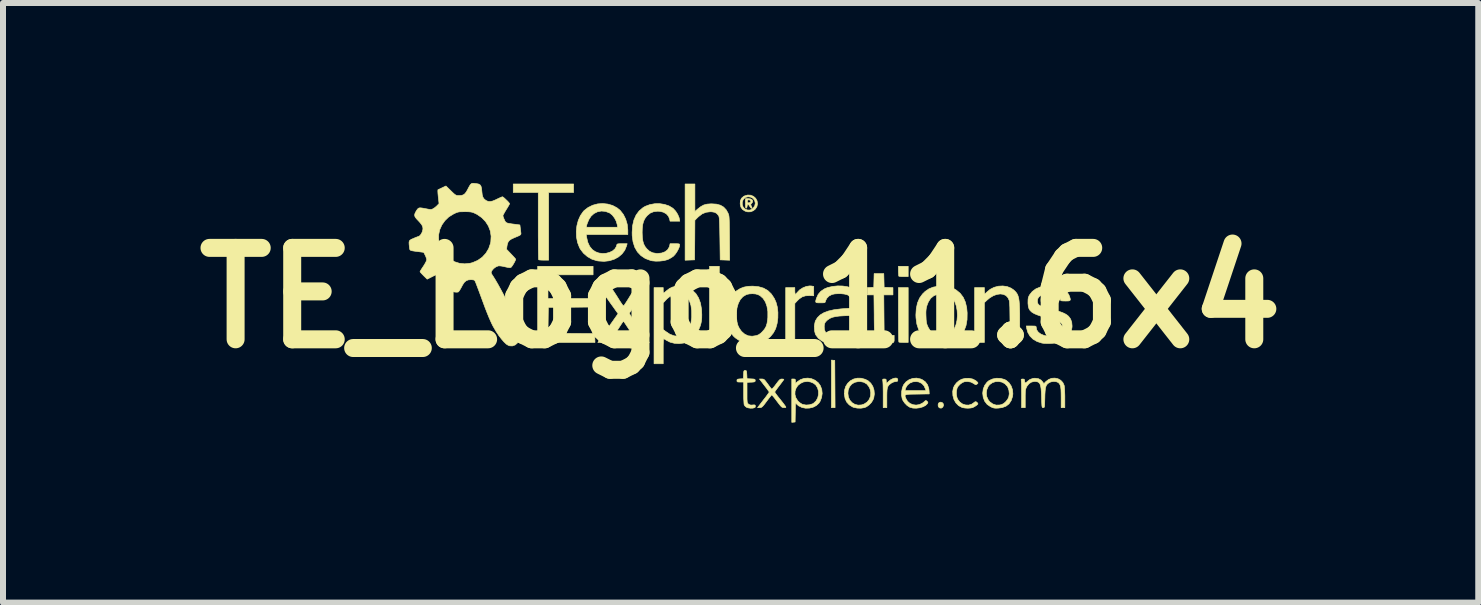
<source format=kicad_pcb>
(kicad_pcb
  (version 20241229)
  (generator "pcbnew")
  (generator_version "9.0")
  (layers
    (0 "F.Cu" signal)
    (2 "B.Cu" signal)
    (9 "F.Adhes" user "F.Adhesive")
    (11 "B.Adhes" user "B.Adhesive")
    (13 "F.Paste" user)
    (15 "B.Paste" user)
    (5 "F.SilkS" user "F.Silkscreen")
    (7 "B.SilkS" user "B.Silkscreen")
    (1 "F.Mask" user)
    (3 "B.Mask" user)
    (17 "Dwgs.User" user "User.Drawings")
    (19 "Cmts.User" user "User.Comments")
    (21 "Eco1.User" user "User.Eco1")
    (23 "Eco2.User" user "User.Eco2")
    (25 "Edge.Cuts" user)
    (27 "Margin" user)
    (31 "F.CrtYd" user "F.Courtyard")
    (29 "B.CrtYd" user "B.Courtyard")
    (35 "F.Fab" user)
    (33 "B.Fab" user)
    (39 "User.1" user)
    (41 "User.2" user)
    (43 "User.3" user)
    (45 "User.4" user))
  (footprint "TE_Logo_11.6x4"
    (layer "F.Cu")
    (at 9.296 1.917)
    (property "Reference" "TE_Logo_11.6x4" (at 0 0 0) (layer "F.SilkS") (effects (font (size 1.524 1.524) (thickness 0.3))))
    (attr through_hole)
    (fp_poly (pts (xy 1.57 1.041) (xy 1.575 1.829) (xy 1.514 1.829) (xy 1.514 1.035) (xy 1.57 1.041)) (stroke (width 0.01) (type solid)) (fill yes) (layer "F.SilkS"))
    (fp_poly (pts (xy -0.358 0.104) (xy -0.361 0.737) (xy -0.518 0.743) (xy -0.518 -0.528) (xy -0.355 -0.528) (xy -0.358 0.104)) (stroke (width 0.01) (type solid)) (fill yes) (layer "F.SilkS"))
    (fp_poly (pts (xy 2.794 -0.356) (xy 2.719 -0.356) (xy 2.682 -0.356) (xy 2.654 -0.359) (xy 2.639 -0.362) (xy 2.638 -0.362) (xy 2.635 -0.375) (xy 2.633 -0.403) (xy 2.631 -0.44) (xy 2.631 -0.449) (xy 2.631 -0.528) (xy 2.794 -0.528) (xy 2.794 -0.356)) (stroke (width 0.01) (type solid)) (fill yes) (layer "F.SilkS"))
    (fp_poly (pts (xy -2.459 -0.386) (xy -3.211 -0.386) (xy -3.211 0.01) (xy -2.51 0.01) (xy -2.51 0.152) (xy -2.857 0.155) (xy -3.205 0.157) (xy -3.211 0.589) (xy -2.433 0.594) (xy -2.427 0.742) (xy -3.383 0.742) (xy -3.383 -0.528) (xy -2.459 -0.528) (xy -2.459 -0.386)) (stroke (width 0.01) (type solid)) (fill yes) (layer "F.SilkS"))
    (fp_poly (pts (xy 3.364 1.746) (xy 3.38 1.766) (xy 3.383 1.792) (xy 3.371 1.819) (xy 3.367 1.823) (xy 3.345 1.837) (xy 3.321 1.834) (xy 3.31 1.828) (xy 3.296 1.81) (xy 3.292 1.783) (xy 3.298 1.758) (xy 3.304 1.75) (xy 3.324 1.739) (xy 3.338 1.737) (xy 3.364 1.746)) (stroke (width 0.01) (type solid)) (fill yes) (layer "F.SilkS"))
    (fp_poly (pts (xy 2.794 0.742) (xy 2.719 0.742) (xy 2.682 0.741) (xy 2.654 0.739) (xy 2.639 0.735) (xy 2.638 0.735) (xy 2.637 0.724) (xy 2.635 0.694) (xy 2.634 0.649) (xy 2.633 0.589) (xy 2.632 0.517) (xy 2.632 0.435) (xy 2.632 0.346) (xy 2.631 0.278) (xy 2.631 -0.173) (xy 2.794 -0.173) (xy 2.794 0.742)) (stroke (width 0.01) (type solid)) (fill yes) (layer "F.SilkS"))
    (fp_poly (pts (xy -2.784 -1.758) (xy -3.2 -1.758) (xy -3.2 -0.63) (xy -3.28 -0.63) (xy -3.318 -0.631) (xy -3.349 -0.633) (xy -3.365 -0.636) (xy -3.366 -0.637) (xy -3.368 -0.648) (xy -3.369 -0.677) (xy -3.37 -0.724) (xy -3.371 -0.785) (xy -3.372 -0.858) (xy -3.372 -0.943) (xy -3.373 -1.037) (xy -3.373 -1.138) (xy -3.373 -1.201) (xy -3.373 -1.758) (xy -3.79 -1.758) (xy -3.79 -1.9) (xy -2.784 -1.9) (xy -2.784 -1.758)) (stroke (width 0.01) (type solid)) (fill yes) (layer "F.SilkS"))
    (fp_poly (pts (xy 1.184 -0.199) (xy 1.219 -0.192) (xy 1.219 -0.114) (xy 1.219 -0.036) (xy 1.148 -0.039) (xy 1.083 -0.036) (xy 1.028 -0.019) (xy 0.978 0.015) (xy 0.946 0.046) (xy 0.904 0.091) (xy 0.904 0.742) (xy 0.752 0.742) (xy 0.752 -0.173) (xy 0.904 -0.173) (xy 0.904 -0.117) (xy 0.906 -0.086) (xy 0.909 -0.066) (xy 0.912 -0.061) (xy 0.923 -0.068) (xy 0.94 -0.087) (xy 0.944 -0.092) (xy 0.985 -0.135) (xy 1.038 -0.169) (xy 1.095 -0.192) (xy 1.152 -0.201) (xy 1.184 -0.199)) (stroke (width 0.01) (type solid)) (fill yes) (layer "F.SilkS"))
    (fp_poly (pts (xy 0.165 -1.651) (xy 0.191 -1.637) (xy 0.202 -1.617) (xy 0.197 -1.593) (xy 0.184 -1.578) (xy 0.171 -1.564) (xy 0.171 -1.55) (xy 0.178 -1.533) (xy 0.19 -1.508) (xy 0.192 -1.497) (xy 0.184 -1.494) (xy 0.183 -1.494) (xy 0.171 -1.502) (xy 0.156 -1.521) (xy 0.151 -1.529) (xy 0.133 -1.555) (xy 0.121 -1.563) (xy 0.113 -1.551) (xy 0.11 -1.532) (xy 0.104 -1.509) (xy 0.094 -1.496) (xy 0.094 -1.496) (xy 0.087 -1.499) (xy 0.083 -1.517) (xy 0.081 -1.55) (xy 0.081 -1.574) (xy 0.081 -1.61) (xy 0.112 -1.61) (xy 0.119 -1.59) (xy 0.137 -1.585) (xy 0.162 -1.594) (xy 0.171 -1.609) (xy 0.166 -1.624) (xy 0.148 -1.634) (xy 0.137 -1.636) (xy 0.118 -1.632) (xy 0.112 -1.616) (xy 0.112 -1.61) (xy 0.081 -1.61) (xy 0.081 -1.656) (xy 0.126 -1.656) (xy 0.165 -1.651)) (stroke (width 0.01) (type solid)) (fill yes) (layer "F.SilkS"))
    (fp_poly (pts (xy 0.169 -1.713) (xy 0.215 -1.694) (xy 0.252 -1.661) (xy 0.275 -1.618) (xy 0.282 -1.569) (xy 0.272 -1.523) (xy 0.248 -1.484) (xy 0.213 -1.455) (xy 0.169 -1.437) (xy 0.121 -1.435) (xy 0.076 -1.447) (xy 0.032 -1.475) (xy 0.005 -1.514) (xy -0.005 -1.557) (xy 0.028 -1.557) (xy 0.041 -1.518) (xy 0.068 -1.487) (xy 0.074 -1.483) (xy 0.119 -1.465) (xy 0.16 -1.466) (xy 0.199 -1.488) (xy 0.209 -1.498) (xy 0.236 -1.537) (xy 0.245 -1.581) (xy 0.234 -1.626) (xy 0.232 -1.629) (xy 0.206 -1.661) (xy 0.168 -1.681) (xy 0.126 -1.687) (xy 0.085 -1.677) (xy 0.072 -1.67) (xy 0.043 -1.639) (xy 0.028 -1.599) (xy 0.028 -1.557) (xy -0.005 -1.557) (xy -0.007 -1.566) (xy -0.007 -1.567) (xy -0.004 -1.621) (xy 0.016 -1.663) (xy 0.052 -1.694) (xy 0.066 -1.701) (xy 0.118 -1.716) (xy 0.169 -1.713)) (stroke (width 0.01) (type solid)) (fill yes) (layer "F.SilkS"))
    (fp_poly (pts (xy 2.604 1.337) (xy 2.605 1.337) (xy 2.618 1.351) (xy 2.621 1.368) (xy 2.617 1.386) (xy 2.602 1.392) (xy 2.593 1.392) (xy 2.553 1.4) (xy 2.512 1.42) (xy 2.476 1.448) (xy 2.457 1.473) (xy 2.45 1.49) (xy 2.445 1.51) (xy 2.441 1.538) (xy 2.439 1.577) (xy 2.438 1.63) (xy 2.438 1.669) (xy 2.438 1.829) (xy 2.377 1.829) (xy 2.377 1.628) (xy 2.377 1.564) (xy 2.376 1.504) (xy 2.375 1.452) (xy 2.373 1.413) (xy 2.371 1.39) (xy 2.371 1.389) (xy 2.368 1.365) (xy 2.372 1.354) (xy 2.389 1.351) (xy 2.396 1.351) (xy 2.418 1.353) (xy 2.427 1.363) (xy 2.428 1.387) (xy 2.428 1.387) (xy 2.429 1.41) (xy 2.432 1.422) (xy 2.432 1.422) (xy 2.441 1.416) (xy 2.459 1.399) (xy 2.471 1.388) (xy 2.503 1.363) (xy 2.54 1.345) (xy 2.576 1.335) (xy 2.604 1.337)) (stroke (width 0.01) (type solid)) (fill yes) (layer "F.SilkS"))
    (fp_poly (pts (xy 2.393 -0.178) (xy 2.54 -0.172) (xy 2.54 -0.051) (xy 2.387 -0.051) (xy 2.39 0.265) (xy 2.393 0.581) (xy 2.422 0.607) (xy 2.444 0.622) (xy 2.465 0.628) (xy 2.496 0.628) (xy 2.506 0.628) (xy 2.56 0.623) (xy 2.56 0.681) (xy 2.56 0.712) (xy 2.555 0.732) (xy 2.544 0.744) (xy 2.521 0.75) (xy 2.485 0.752) (xy 2.445 0.752) (xy 2.394 0.75) (xy 2.357 0.744) (xy 2.325 0.734) (xy 2.32 0.731) (xy 2.285 0.707) (xy 2.259 0.673) (xy 2.253 0.662) (xy 2.247 0.648) (xy 2.242 0.635) (xy 2.238 0.619) (xy 2.235 0.598) (xy 2.232 0.57) (xy 2.231 0.532) (xy 2.229 0.483) (xy 2.228 0.419) (xy 2.227 0.339) (xy 2.227 0.282) (xy 2.223 -0.051) (xy 2.113 -0.051) (xy 2.113 -0.172) (xy 2.167 -0.175) (xy 2.22 -0.178) (xy 2.223 -0.292) (xy 2.226 -0.406) (xy 2.387 -0.406) (xy 2.393 -0.178)) (stroke (width 0.01) (type solid)) (fill yes) (layer "F.SilkS"))
    (fp_poly (pts (xy 4.443 -0.19) (xy 4.508 -0.164) (xy 4.552 -0.134) (xy 4.576 -0.112) (xy 4.596 -0.089) (xy 4.613 -0.063) (xy 4.626 -0.032) (xy 4.636 0.005) (xy 4.643 0.052) (xy 4.648 0.11) (xy 4.651 0.182) (xy 4.653 0.269) (xy 4.653 0.373) (xy 4.653 0.412) (xy 4.653 0.742) (xy 4.491 0.742) (xy 4.491 0.416) (xy 4.49 0.317) (xy 4.489 0.23) (xy 4.488 0.158) (xy 4.485 0.102) (xy 4.482 0.063) (xy 4.48 0.046) (xy 4.458 -0.003) (xy 4.425 -0.039) (xy 4.381 -0.06) (xy 4.33 -0.067) (xy 4.273 -0.059) (xy 4.214 -0.038) (xy 4.154 -0.002) (xy 4.112 0.033) (xy 4.064 0.078) (xy 4.064 0.742) (xy 3.901 0.742) (xy 3.901 -0.173) (xy 4.064 -0.173) (xy 4.064 -0.122) (xy 4.066 -0.093) (xy 4.069 -0.075) (xy 4.072 -0.071) (xy 4.084 -0.078) (xy 4.102 -0.095) (xy 4.105 -0.098) (xy 4.161 -0.144) (xy 4.226 -0.177) (xy 4.298 -0.196) (xy 4.371 -0.2) (xy 4.443 -0.19)) (stroke (width 0.01) (type solid)) (fill yes) (layer "F.SilkS"))
    (fp_poly (pts (xy -0.762 -1.441) (xy -0.716 -1.482) (xy -0.663 -1.523) (xy -0.613 -1.55) (xy -0.56 -1.564) (xy -0.495 -1.569) (xy -0.483 -1.569) (xy -0.402 -1.564) (xy -0.336 -1.546) (xy -0.283 -1.515) (xy -0.24 -1.469) (xy -0.211 -1.417) (xy -0.205 -1.403) (xy -0.2 -1.39) (xy -0.196 -1.374) (xy -0.193 -1.354) (xy -0.191 -1.327) (xy -0.189 -1.291) (xy -0.188 -1.244) (xy -0.187 -1.185) (xy -0.186 -1.109) (xy -0.185 -1.016) (xy -0.185 -0.998) (xy -0.182 -0.629) (xy -0.261 -0.632) (xy -0.34 -0.635) (xy -0.345 -0.991) (xy -0.347 -1.087) (xy -0.348 -1.164) (xy -0.35 -1.226) (xy -0.352 -1.273) (xy -0.354 -1.309) (xy -0.356 -1.334) (xy -0.36 -1.352) (xy -0.363 -1.365) (xy -0.368 -1.374) (xy -0.368 -1.374) (xy -0.397 -1.408) (xy -0.432 -1.428) (xy -0.478 -1.436) (xy -0.508 -1.437) (xy -0.577 -1.428) (xy -0.641 -1.402) (xy -0.701 -1.356) (xy -0.719 -1.339) (xy -0.762 -1.295) (xy -0.764 -0.965) (xy -0.767 -0.635) (xy -0.925 -0.629) (xy -0.925 -1.9) (xy -0.762 -1.9) (xy -0.762 -1.441)) (stroke (width 0.01) (type solid)) (fill yes) (layer "F.SilkS"))
    (fp_poly (pts (xy 2.011 1.338) (xy 2.077 1.356) (xy 2.125 1.38) (xy 2.17 1.421) (xy 2.204 1.474) (xy 2.224 1.535) (xy 2.23 1.601) (xy 2.22 1.665) (xy 2.208 1.697) (xy 2.181 1.742) (xy 2.142 1.783) (xy 2.099 1.814) (xy 2.066 1.828) (xy 2.006 1.838) (xy 1.943 1.836) (xy 1.886 1.824) (xy 1.869 1.818) (xy 1.811 1.782) (xy 1.769 1.736) (xy 1.742 1.678) (xy 1.73 1.608) (xy 1.73 1.59) (xy 1.789 1.59) (xy 1.797 1.652) (xy 1.822 1.705) (xy 1.859 1.746) (xy 1.905 1.774) (xy 1.959 1.787) (xy 2.017 1.783) (xy 2.058 1.769) (xy 2.109 1.736) (xy 2.145 1.691) (xy 2.166 1.637) (xy 2.17 1.579) (xy 2.158 1.518) (xy 2.138 1.477) (xy 2.102 1.433) (xy 2.053 1.405) (xy 1.993 1.393) (xy 1.961 1.394) (xy 1.901 1.407) (xy 1.852 1.437) (xy 1.816 1.48) (xy 1.794 1.536) (xy 1.789 1.59) (xy 1.73 1.59) (xy 1.733 1.537) (xy 1.752 1.475) (xy 1.786 1.422) (xy 1.831 1.38) (xy 1.886 1.351) (xy 1.947 1.337) (xy 2.011 1.338)) (stroke (width 0.01) (type solid)) (fill yes) (layer "F.SilkS"))
    (fp_poly (pts (xy 3.87 1.352) (xy 3.92 1.378) (xy 3.945 1.4) (xy 3.957 1.416) (xy 3.954 1.426) (xy 3.941 1.436) (xy 3.926 1.445) (xy 3.912 1.444) (xy 3.892 1.431) (xy 3.885 1.426) (xy 3.838 1.402) (xy 3.782 1.393) (xy 3.734 1.396) (xy 3.696 1.411) (xy 3.657 1.44) (xy 3.625 1.475) (xy 3.61 1.501) (xy 3.599 1.548) (xy 3.597 1.603) (xy 3.606 1.656) (xy 3.62 1.691) (xy 3.655 1.736) (xy 3.7 1.768) (xy 3.751 1.784) (xy 3.802 1.786) (xy 3.852 1.771) (xy 3.88 1.752) (xy 3.905 1.733) (xy 3.922 1.729) (xy 3.938 1.738) (xy 3.946 1.747) (xy 3.956 1.76) (xy 3.955 1.77) (xy 3.94 1.784) (xy 3.93 1.792) (xy 3.901 1.811) (xy 3.872 1.826) (xy 3.868 1.828) (xy 3.833 1.835) (xy 3.788 1.838) (xy 3.741 1.835) (xy 3.7 1.828) (xy 3.691 1.825) (xy 3.634 1.795) (xy 3.589 1.749) (xy 3.557 1.693) (xy 3.539 1.628) (xy 3.536 1.558) (xy 3.547 1.5) (xy 3.567 1.458) (xy 3.6 1.415) (xy 3.642 1.379) (xy 3.686 1.355) (xy 3.747 1.34) (xy 3.81 1.339) (xy 3.87 1.352)) (stroke (width 0.01) (type solid)) (fill yes) (layer "F.SilkS"))
    (fp_poly (pts (xy 4.333 1.341) (xy 4.397 1.358) (xy 4.427 1.373) (xy 4.475 1.414) (xy 4.511 1.468) (xy 4.533 1.531) (xy 4.539 1.598) (xy 4.533 1.644) (xy 4.51 1.712) (xy 4.474 1.766) (xy 4.423 1.805) (xy 4.359 1.828) (xy 4.299 1.836) (xy 4.256 1.838) (xy 4.225 1.835) (xy 4.198 1.827) (xy 4.167 1.813) (xy 4.11 1.774) (xy 4.069 1.721) (xy 4.044 1.656) (xy 4.044 1.655) (xy 4.036 1.587) (xy 4.096 1.587) (xy 4.104 1.646) (xy 4.129 1.7) (xy 4.155 1.732) (xy 4.205 1.768) (xy 4.26 1.786) (xy 4.322 1.784) (xy 4.349 1.778) (xy 4.386 1.76) (xy 4.422 1.728) (xy 4.453 1.688) (xy 4.47 1.652) (xy 4.479 1.598) (xy 4.473 1.54) (xy 4.454 1.486) (xy 4.445 1.472) (xy 4.407 1.431) (xy 4.359 1.404) (xy 4.305 1.393) (xy 4.25 1.395) (xy 4.198 1.412) (xy 4.153 1.444) (xy 4.13 1.471) (xy 4.105 1.527) (xy 4.096 1.587) (xy 4.036 1.587) (xy 4.036 1.586) (xy 4.045 1.518) (xy 4.07 1.456) (xy 4.109 1.404) (xy 4.142 1.377) (xy 4.2 1.351) (xy 4.266 1.338) (xy 4.333 1.341)) (stroke (width 0.01) (type solid)) (fill yes) (layer "F.SilkS"))
    (fp_poly (pts (xy 1.185 1.347) (xy 1.244 1.373) (xy 1.295 1.414) (xy 1.329 1.461) (xy 1.353 1.524) (xy 1.36 1.592) (xy 1.35 1.66) (xy 1.325 1.724) (xy 1.306 1.753) (xy 1.263 1.793) (xy 1.209 1.821) (xy 1.148 1.836) (xy 1.084 1.838) (xy 1.024 1.826) (xy 0.97 1.8) (xy 0.949 1.783) (xy 0.915 1.751) (xy 0.912 1.909) (xy 0.909 2.068) (xy 0.881 2.071) (xy 0.853 2.074) (xy 0.853 1.608) (xy 0.906 1.608) (xy 0.92 1.661) (xy 0.951 1.712) (xy 0.964 1.726) (xy 0.993 1.751) (xy 1.024 1.77) (xy 1.037 1.775) (xy 1.091 1.785) (xy 1.148 1.781) (xy 1.2 1.765) (xy 1.217 1.755) (xy 1.257 1.717) (xy 1.285 1.668) (xy 1.298 1.612) (xy 1.298 1.554) (xy 1.283 1.499) (xy 1.253 1.451) (xy 1.252 1.45) (xy 1.215 1.421) (xy 1.167 1.401) (xy 1.117 1.392) (xy 1.113 1.392) (xy 1.05 1.4) (xy 0.998 1.424) (xy 0.955 1.459) (xy 0.925 1.504) (xy 0.908 1.554) (xy 0.906 1.608) (xy 0.853 1.608) (xy 0.853 1.351) (xy 0.884 1.351) (xy 0.904 1.353) (xy 0.913 1.363) (xy 0.914 1.386) (xy 0.914 1.389) (xy 0.914 1.426) (xy 0.942 1.4) (xy 0.997 1.362) (xy 1.058 1.341) (xy 1.122 1.336) (xy 1.185 1.347)) (stroke (width 0.01) (type solid)) (fill yes) (layer "F.SilkS"))
    (fp_poly (pts (xy 0.089 1.21) (xy 0.097 1.218) (xy 0.101 1.235) (xy 0.103 1.267) (xy 0.104 1.278) (xy 0.107 1.346) (xy 0.175 1.349) (xy 0.212 1.351) (xy 0.232 1.355) (xy 0.241 1.361) (xy 0.244 1.373) (xy 0.244 1.377) (xy 0.242 1.39) (xy 0.235 1.397) (xy 0.218 1.401) (xy 0.186 1.404) (xy 0.175 1.404) (xy 0.107 1.407) (xy 0.107 1.578) (xy 0.107 1.641) (xy 0.107 1.686) (xy 0.109 1.718) (xy 0.111 1.739) (xy 0.116 1.752) (xy 0.122 1.761) (xy 0.131 1.769) (xy 0.132 1.77) (xy 0.156 1.783) (xy 0.184 1.786) (xy 0.199 1.784) (xy 0.227 1.782) (xy 0.241 1.786) (xy 0.247 1.799) (xy 0.244 1.82) (xy 0.233 1.829) (xy 0.204 1.837) (xy 0.165 1.838) (xy 0.125 1.832) (xy 0.099 1.823) (xy 0.075 1.804) (xy 0.06 1.782) (xy 0.057 1.764) (xy 0.055 1.729) (xy 0.052 1.682) (xy 0.051 1.626) (xy 0.051 1.579) (xy 0.051 1.402) (xy -0.005 1.402) (xy -0.037 1.401) (xy -0.054 1.398) (xy -0.06 1.389) (xy -0.061 1.377) (xy -0.059 1.363) (xy -0.05 1.355) (xy -0.029 1.351) (xy -0.008 1.349) (xy 0.046 1.346) (xy 0.049 1.278) (xy 0.051 1.241) (xy 0.054 1.221) (xy 0.061 1.211) (xy 0.072 1.209) (xy 0.076 1.209) (xy 0.089 1.21)) (stroke (width 0.01) (type solid)) (fill yes) (layer "F.SilkS"))
    (fp_poly (pts (xy 2.999 1.35) (xy 3.028 1.362) (xy 3.08 1.399) (xy 3.117 1.449) (xy 3.137 1.51) (xy 3.142 1.546) (xy 3.145 1.6) (xy 2.944 1.603) (xy 2.872 1.604) (xy 2.819 1.605) (xy 2.782 1.608) (xy 2.758 1.613) (xy 2.745 1.62) (xy 2.741 1.631) (xy 2.744 1.647) (xy 2.752 1.668) (xy 2.754 1.673) (xy 2.782 1.722) (xy 2.823 1.758) (xy 2.872 1.779) (xy 2.925 1.786) (xy 2.98 1.778) (xy 3.032 1.753) (xy 3.061 1.73) (xy 3.079 1.713) (xy 3.091 1.71) (xy 3.104 1.718) (xy 3.108 1.722) (xy 3.122 1.737) (xy 3.12 1.752) (xy 3.114 1.762) (xy 3.083 1.792) (xy 3.039 1.815) (xy 2.985 1.831) (xy 2.928 1.838) (xy 2.872 1.836) (xy 2.823 1.822) (xy 2.819 1.821) (xy 2.775 1.792) (xy 2.735 1.751) (xy 2.704 1.705) (xy 2.692 1.674) (xy 2.683 1.619) (xy 2.685 1.557) (xy 2.688 1.544) (xy 2.741 1.544) (xy 3.09 1.544) (xy 3.083 1.521) (xy 3.058 1.465) (xy 3.021 1.425) (xy 2.972 1.401) (xy 2.931 1.394) (xy 2.873 1.398) (xy 2.822 1.419) (xy 2.781 1.453) (xy 2.753 1.499) (xy 2.748 1.516) (xy 2.741 1.544) (xy 2.688 1.544) (xy 2.696 1.499) (xy 2.716 1.451) (xy 2.716 1.45) (xy 2.757 1.399) (xy 2.81 1.362) (xy 2.87 1.341) (xy 2.934 1.336) (xy 2.999 1.35)) (stroke (width 0.01) (type solid)) (fill yes) (layer "F.SilkS"))
    (fp_poly (pts (xy -2.213 -1.565) (xy -2.132 -1.541) (xy -2.058 -1.501) (xy -2.006 -1.458) (xy -1.955 -1.393) (xy -1.916 -1.315) (xy -1.89 -1.227) (xy -1.88 -1.133) (xy -1.88 -1.12) (xy -1.88 -1.057) (xy -2.573 -1.057) (xy -2.567 -1.013) (xy -2.548 -0.929) (xy -2.516 -0.86) (xy -2.472 -0.806) (xy -2.419 -0.77) (xy -2.362 -0.749) (xy -2.302 -0.741) (xy -2.241 -0.745) (xy -2.184 -0.76) (xy -2.134 -0.784) (xy -2.095 -0.818) (xy -2.07 -0.859) (xy -2.066 -0.876) (xy -2.062 -0.89) (xy -2.056 -0.898) (xy -2.042 -0.902) (xy -2.016 -0.904) (xy -1.976 -0.904) (xy -1.891 -0.904) (xy -1.902 -0.866) (xy -1.931 -0.795) (xy -1.977 -0.734) (xy -2.037 -0.683) (xy -2.108 -0.645) (xy -2.188 -0.62) (xy -2.275 -0.61) (xy -2.367 -0.616) (xy -2.395 -0.62) (xy -2.478 -0.646) (xy -2.553 -0.689) (xy -2.619 -0.746) (xy -2.671 -0.814) (xy -2.685 -0.839) (xy -2.718 -0.924) (xy -2.736 -1.016) (xy -2.739 -1.11) (xy -2.732 -1.179) (xy -2.572 -1.179) (xy -2.05 -1.179) (xy -2.056 -1.22) (xy -2.073 -1.279) (xy -2.102 -1.334) (xy -2.139 -1.382) (xy -2.182 -1.416) (xy -2.186 -1.418) (xy -2.253 -1.443) (xy -2.32 -1.449) (xy -2.384 -1.437) (xy -2.443 -1.408) (xy -2.492 -1.364) (xy -2.529 -1.308) (xy -2.545 -1.27) (xy -2.559 -1.235) (xy -2.566 -1.212) (xy -2.572 -1.179) (xy -2.732 -1.179) (xy -2.729 -1.204) (xy -2.706 -1.293) (xy -2.67 -1.373) (xy -2.622 -1.442) (xy -2.608 -1.457) (xy -2.541 -1.509) (xy -2.465 -1.546) (xy -2.383 -1.568) (xy -2.298 -1.574) (xy -2.213 -1.565)) (stroke (width 0.01) (type solid)) (fill yes) (layer "F.SilkS"))
    (fp_poly (pts (xy -1.267 -1.559) (xy -1.193 -1.534) (xy -1.13 -1.496) (xy -1.122 -1.489) (xy -1.083 -1.447) (xy -1.049 -1.394) (xy -1.026 -1.34) (xy -1.021 -1.318) (xy -1.014 -1.28) (xy -1.176 -1.28) (xy -1.182 -1.311) (xy -1.202 -1.362) (xy -1.238 -1.402) (xy -1.288 -1.43) (xy -1.349 -1.444) (xy -1.382 -1.446) (xy -1.449 -1.438) (xy -1.506 -1.415) (xy -1.556 -1.374) (xy -1.566 -1.363) (xy -1.597 -1.321) (xy -1.618 -1.276) (xy -1.632 -1.223) (xy -1.639 -1.158) (xy -1.641 -1.092) (xy -1.638 -1.014) (xy -1.63 -0.952) (xy -1.616 -0.901) (xy -1.593 -0.857) (xy -1.565 -0.821) (xy -1.519 -0.779) (xy -1.465 -0.753) (xy -1.4 -0.742) (xy -1.382 -0.742) (xy -1.316 -0.749) (xy -1.26 -0.77) (xy -1.217 -0.803) (xy -1.19 -0.848) (xy -1.182 -0.873) (xy -1.176 -0.904) (xy -1.096 -0.904) (xy -1.056 -0.904) (xy -1.032 -0.902) (xy -1.02 -0.898) (xy -1.016 -0.889) (xy -1.016 -0.88) (xy -1.022 -0.85) (xy -1.039 -0.811) (xy -1.062 -0.769) (xy -1.089 -0.73) (xy -1.117 -0.699) (xy -1.12 -0.696) (xy -1.155 -0.672) (xy -1.196 -0.649) (xy -1.218 -0.639) (xy -1.276 -0.623) (xy -1.343 -0.615) (xy -1.412 -0.613) (xy -1.475 -0.619) (xy -1.501 -0.625) (xy -1.589 -0.658) (xy -1.661 -0.706) (xy -1.72 -0.768) (xy -1.764 -0.844) (xy -1.793 -0.935) (xy -1.807 -1.038) (xy -1.808 -1.092) (xy -1.801 -1.202) (xy -1.779 -1.299) (xy -1.742 -1.382) (xy -1.691 -1.451) (xy -1.626 -1.506) (xy -1.588 -1.528) (xy -1.513 -1.556) (xy -1.431 -1.571) (xy -1.348 -1.572) (xy -1.267 -1.559)) (stroke (width 0.01) (type solid)) (fill yes) (layer "F.SilkS"))
    (fp_poly (pts (xy -1.588 -0.124) (xy -1.61 -0.093) (xy -1.639 -0.053) (xy -1.672 -0.006) (xy -1.708 0.045) (xy -1.744 0.095) (xy -1.777 0.143) (xy -1.807 0.186) (xy -1.831 0.22) (xy -1.847 0.243) (xy -1.853 0.252) (xy -1.852 0.26) (xy -1.843 0.278) (xy -1.827 0.305) (xy -1.802 0.344) (xy -1.767 0.395) (xy -1.723 0.459) (xy -1.668 0.537) (xy -1.602 0.63) (xy -1.557 0.693) (xy -1.522 0.742) (xy -1.723 0.742) (xy -1.834 0.564) (xy -1.868 0.511) (xy -1.899 0.465) (xy -1.924 0.427) (xy -1.942 0.401) (xy -1.952 0.39) (xy -1.953 0.389) (xy -1.961 0.398) (xy -1.978 0.421) (xy -2.002 0.457) (xy -2.031 0.502) (xy -2.064 0.553) (xy -2.071 0.564) (xy -2.18 0.737) (xy -2.28 0.74) (xy -2.38 0.742) (xy -2.365 0.719) (xy -2.355 0.705) (xy -2.335 0.676) (xy -2.307 0.636) (xy -2.272 0.587) (xy -2.233 0.531) (xy -2.196 0.479) (xy -2.042 0.262) (xy -2.077 0.215) (xy -2.093 0.192) (xy -2.119 0.155) (xy -2.152 0.11) (xy -2.189 0.058) (xy -2.227 0.003) (xy -2.23 0) (xy -2.348 -0.168) (xy -2.26 -0.171) (xy -2.218 -0.171) (xy -2.184 -0.171) (xy -2.163 -0.17) (xy -2.159 -0.169) (xy -2.15 -0.159) (xy -2.132 -0.135) (xy -2.108 -0.099) (xy -2.079 -0.055) (xy -2.051 -0.011) (xy -2.017 0.044) (xy -1.991 0.083) (xy -1.973 0.11) (xy -1.96 0.124) (xy -1.952 0.13) (xy -1.945 0.128) (xy -1.942 0.125) (xy -1.933 0.11) (xy -1.914 0.082) (xy -1.889 0.043) (xy -1.86 -0.003) (xy -1.842 -0.033) (xy -1.754 -0.173) (xy -1.553 -0.173) (xy -1.588 -0.124)) (stroke (width 0.01) (type solid)) (fill yes) (layer "F.SilkS"))
    (fp_poly (pts (xy 0.299 -0.188) (xy 0.382 -0.164) (xy 0.453 -0.124) (xy 0.513 -0.066) (xy 0.562 0.008) (xy 0.591 0.073) (xy 0.612 0.151) (xy 0.622 0.24) (xy 0.621 0.333) (xy 0.609 0.424) (xy 0.586 0.506) (xy 0.582 0.516) (xy 0.547 0.582) (xy 0.498 0.643) (xy 0.44 0.693) (xy 0.377 0.729) (xy 0.371 0.731) (xy 0.323 0.744) (xy 0.264 0.754) (xy 0.2 0.759) (xy 0.139 0.759) (xy 0.088 0.754) (xy 0.077 0.751) (xy 0.022 0.732) (xy -0.035 0.701) (xy -0.088 0.665) (xy -0.123 0.632) (xy -0.168 0.57) (xy -0.201 0.503) (xy -0.222 0.427) (xy -0.232 0.338) (xy -0.231 0.259) (xy -0.07 0.259) (xy -0.068 0.323) (xy -0.06 0.398) (xy -0.045 0.457) (xy -0.021 0.507) (xy 0.012 0.553) (xy 0.017 0.559) (xy 0.069 0.604) (xy 0.127 0.631) (xy 0.192 0.638) (xy 0.262 0.628) (xy 0.299 0.614) (xy 0.335 0.589) (xy 0.361 0.564) (xy 0.398 0.522) (xy 0.424 0.477) (xy 0.441 0.423) (xy 0.451 0.357) (xy 0.454 0.323) (xy 0.454 0.226) (xy 0.44 0.141) (xy 0.414 0.067) (xy 0.375 0.007) (xy 0.325 -0.038) (xy 0.287 -0.057) (xy 0.248 -0.067) (xy 0.199 -0.071) (xy 0.148 -0.068) (xy 0.104 -0.059) (xy 0.094 -0.055) (xy 0.039 -0.022) (xy -0.006 0.028) (xy -0.039 0.093) (xy -0.061 0.17) (xy -0.07 0.259) (xy -0.231 0.259) (xy -0.231 0.248) (xy -0.222 0.147) (xy -0.201 0.061) (xy -0.167 -0.012) (xy -0.121 -0.073) (xy -0.063 -0.122) (xy -0.004 -0.158) (xy 0.056 -0.181) (xy 0.125 -0.194) (xy 0.203 -0.197) (xy 0.299 -0.188)) (stroke (width 0.01) (type solid)) (fill yes) (layer "F.SilkS"))
    (fp_poly (pts (xy -0.963 -0.195) (xy -0.923 -0.189) (xy -0.888 -0.178) (xy -0.88 -0.174) (xy -0.806 -0.131) (xy -0.746 -0.073) (xy -0.701 -0.001) (xy -0.669 0.086) (xy -0.651 0.188) (xy -0.647 0.279) (xy -0.648 0.336) (xy -0.652 0.379) (xy -0.659 0.417) (xy -0.67 0.457) (xy -0.674 0.47) (xy -0.71 0.556) (xy -0.752 0.625) (xy -0.805 0.679) (xy -0.869 0.722) (xy -0.881 0.728) (xy -0.95 0.752) (xy -1.026 0.761) (xy -1.103 0.756) (xy -1.176 0.737) (xy -1.238 0.705) (xy -1.262 0.69) (xy -1.279 0.682) (xy -1.283 0.681) (xy -1.285 0.69) (xy -1.287 0.717) (xy -1.289 0.759) (xy -1.29 0.811) (xy -1.29 0.872) (xy -1.29 0.889) (xy -1.29 1.097) (xy -1.443 1.097) (xy -1.443 0.083) (xy -1.29 0.083) (xy -1.29 0.527) (xy -1.252 0.556) (xy -1.18 0.604) (xy -1.109 0.631) (xy -1.04 0.638) (xy -0.982 0.628) (xy -0.928 0.601) (xy -0.884 0.558) (xy -0.851 0.497) (xy -0.828 0.421) (xy -0.816 0.329) (xy -0.815 0.315) (xy -0.816 0.213) (xy -0.827 0.128) (xy -0.849 0.058) (xy -0.882 0.002) (xy -0.917 -0.034) (xy -0.944 -0.052) (xy -0.971 -0.063) (xy -1.007 -0.068) (xy -1.021 -0.069) (xy -1.063 -0.07) (xy -1.095 -0.066) (xy -1.129 -0.053) (xy -1.143 -0.046) (xy -1.183 -0.021) (xy -1.225 0.012) (xy -1.244 0.032) (xy -1.29 0.083) (xy -1.443 0.083) (xy -1.443 -0.173) (xy -1.29 -0.173) (xy -1.29 -0.127) (xy -1.289 -0.1) (xy -1.286 -0.083) (xy -1.284 -0.081) (xy -1.273 -0.088) (xy -1.253 -0.104) (xy -1.237 -0.118) (xy -1.186 -0.157) (xy -1.134 -0.182) (xy -1.074 -0.194) (xy -1.016 -0.197) (xy -0.963 -0.195)) (stroke (width 0.01) (type solid)) (fill yes) (layer "F.SilkS"))
    (fp_poly (pts (xy 0.372 1.352) (xy 0.387 1.357) (xy 0.402 1.369) (xy 0.42 1.391) (xy 0.446 1.426) (xy 0.451 1.432) (xy 0.476 1.467) (xy 0.498 1.496) (xy 0.513 1.514) (xy 0.518 1.519) (xy 0.527 1.514) (xy 0.546 1.495) (xy 0.57 1.466) (xy 0.591 1.438) (xy 0.62 1.399) (xy 0.641 1.374) (xy 0.657 1.359) (xy 0.671 1.353) (xy 0.687 1.351) (xy 0.688 1.351) (xy 0.71 1.353) (xy 0.721 1.357) (xy 0.721 1.357) (xy 0.716 1.367) (xy 0.7 1.389) (xy 0.676 1.421) (xy 0.647 1.459) (xy 0.645 1.462) (xy 0.616 1.5) (xy 0.592 1.533) (xy 0.575 1.557) (xy 0.569 1.569) (xy 0.569 1.569) (xy 0.575 1.579) (xy 0.591 1.603) (xy 0.616 1.636) (xy 0.647 1.675) (xy 0.659 1.69) (xy 0.699 1.74) (xy 0.727 1.777) (xy 0.745 1.802) (xy 0.754 1.817) (xy 0.754 1.825) (xy 0.747 1.828) (xy 0.735 1.828) (xy 0.724 1.828) (xy 0.708 1.827) (xy 0.694 1.823) (xy 0.68 1.813) (xy 0.662 1.794) (xy 0.638 1.764) (xy 0.606 1.722) (xy 0.576 1.682) (xy 0.55 1.649) (xy 0.53 1.626) (xy 0.52 1.616) (xy 0.519 1.616) (xy 0.511 1.624) (xy 0.494 1.645) (xy 0.469 1.676) (xy 0.44 1.715) (xy 0.434 1.723) (xy 0.402 1.766) (xy 0.378 1.796) (xy 0.36 1.814) (xy 0.346 1.824) (xy 0.333 1.828) (xy 0.319 1.829) (xy 0.283 1.829) (xy 0.38 1.702) (xy 0.414 1.659) (xy 0.442 1.621) (xy 0.463 1.591) (xy 0.475 1.574) (xy 0.478 1.569) (xy 0.472 1.559) (xy 0.456 1.537) (xy 0.432 1.504) (xy 0.402 1.465) (xy 0.396 1.457) (xy 0.314 1.351) (xy 0.353 1.351) (xy 0.372 1.352)) (stroke (width 0.01) (type solid)) (fill yes) (layer "F.SilkS"))
    (fp_poly (pts (xy 3.418 -0.194) (xy 3.486 -0.182) (xy 3.546 -0.16) (xy 3.596 -0.131) (xy 3.661 -0.077) (xy 3.711 -0.011) (xy 3.747 0.069) (xy 3.769 0.162) (xy 3.777 0.249) (xy 3.775 0.362) (xy 3.758 0.46) (xy 3.726 0.546) (xy 3.68 0.617) (xy 3.618 0.676) (xy 3.541 0.723) (xy 3.538 0.724) (xy 3.502 0.74) (xy 3.469 0.749) (xy 3.433 0.755) (xy 3.385 0.758) (xy 3.374 0.758) (xy 3.298 0.758) (xy 3.237 0.75) (xy 3.221 0.746) (xy 3.137 0.713) (xy 3.067 0.665) (xy 3.01 0.602) (xy 2.967 0.525) (xy 2.938 0.435) (xy 2.924 0.332) (xy 2.922 0.284) (xy 2.925 0.235) (xy 3.089 0.235) (xy 3.09 0.284) (xy 3.091 0.31) (xy 3.093 0.362) (xy 3.097 0.4) (xy 3.103 0.43) (xy 3.112 0.457) (xy 3.126 0.488) (xy 3.128 0.492) (xy 3.164 0.55) (xy 3.206 0.592) (xy 3.258 0.62) (xy 3.274 0.626) (xy 3.33 0.636) (xy 3.391 0.633) (xy 3.448 0.617) (xy 3.461 0.611) (xy 3.493 0.591) (xy 3.523 0.567) (xy 3.528 0.562) (xy 3.564 0.51) (xy 3.591 0.445) (xy 3.608 0.37) (xy 3.614 0.291) (xy 3.61 0.211) (xy 3.596 0.134) (xy 3.572 0.066) (xy 3.543 0.019) (xy 3.496 -0.028) (xy 3.439 -0.058) (xy 3.371 -0.07) (xy 3.353 -0.071) (xy 3.281 -0.062) (xy 3.22 -0.036) (xy 3.169 0.006) (xy 3.13 0.066) (xy 3.107 0.125) (xy 3.097 0.161) (xy 3.092 0.196) (xy 3.089 0.235) (xy 2.925 0.235) (xy 2.929 0.177) (xy 2.949 0.083) (xy 2.984 0.002) (xy 3.033 -0.066) (xy 3.076 -0.108) (xy 3.14 -0.152) (xy 3.209 -0.18) (xy 3.286 -0.194) (xy 3.338 -0.197) (xy 3.418 -0.194)) (stroke (width 0.01) (type solid)) (fill yes) (layer "F.SilkS"))
    (fp_poly (pts (xy 5.291 1.347) (xy 5.336 1.372) (xy 5.372 1.41) (xy 5.394 1.458) (xy 5.398 1.482) (xy 5.401 1.522) (xy 5.403 1.573) (xy 5.405 1.631) (xy 5.405 1.664) (xy 5.405 1.829) (xy 5.344 1.829) (xy 5.344 1.661) (xy 5.343 1.586) (xy 5.341 1.529) (xy 5.336 1.486) (xy 5.328 1.455) (xy 5.316 1.432) (xy 5.301 1.415) (xy 5.292 1.408) (xy 5.259 1.395) (xy 5.217 1.392) (xy 5.174 1.399) (xy 5.144 1.412) (xy 5.121 1.428) (xy 5.103 1.447) (xy 5.091 1.472) (xy 5.082 1.505) (xy 5.077 1.55) (xy 5.073 1.61) (xy 5.072 1.664) (xy 5.07 1.725) (xy 5.069 1.769) (xy 5.067 1.798) (xy 5.064 1.816) (xy 5.059 1.825) (xy 5.053 1.828) (xy 5.045 1.829) (xy 5.036 1.828) (xy 5.03 1.825) (xy 5.026 1.815) (xy 5.023 1.798) (xy 5.021 1.768) (xy 5.019 1.725) (xy 5.017 1.664) (xy 5.017 1.654) (xy 5.014 1.573) (xy 5.009 1.511) (xy 5.001 1.464) (xy 4.989 1.431) (xy 4.972 1.41) (xy 4.949 1.398) (xy 4.919 1.393) (xy 4.899 1.392) (xy 4.851 1.402) (xy 4.808 1.429) (xy 4.773 1.473) (xy 4.768 1.483) (xy 4.759 1.503) (xy 4.752 1.523) (xy 4.748 1.547) (xy 4.746 1.58) (xy 4.745 1.626) (xy 4.745 1.679) (xy 4.745 1.829) (xy 4.684 1.829) (xy 4.684 1.606) (xy 4.683 1.54) (xy 4.683 1.48) (xy 4.682 1.43) (xy 4.68 1.393) (xy 4.678 1.371) (xy 4.678 1.367) (xy 4.678 1.356) (xy 4.692 1.352) (xy 4.703 1.351) (xy 4.725 1.354) (xy 4.733 1.365) (xy 4.735 1.381) (xy 4.738 1.408) (xy 4.749 1.416) (xy 4.767 1.405) (xy 4.776 1.396) (xy 4.823 1.359) (xy 4.878 1.34) (xy 4.907 1.338) (xy 4.963 1.345) (xy 5.008 1.369) (xy 5.034 1.398) (xy 5.056 1.429) (xy 5.091 1.392) (xy 5.137 1.358) (xy 5.187 1.339) (xy 5.24 1.336) (xy 5.291 1.347)) (stroke (width 0.01) (type solid)) (fill yes) (layer "F.SilkS"))
    (fp_poly (pts (xy 1.702 -0.199) (xy 1.781 -0.187) (xy 1.851 -0.166) (xy 1.91 -0.136) (xy 1.954 -0.098) (xy 1.963 -0.086) (xy 1.978 -0.063) (xy 1.99 -0.039) (xy 2 -0.012) (xy 2.007 0.021) (xy 2.013 0.061) (xy 2.017 0.11) (xy 2.02 0.172) (xy 2.021 0.248) (xy 2.022 0.341) (xy 2.022 0.409) (xy 2.022 0.742) (xy 1.859 0.742) (xy 1.859 0.65) (xy 1.818 0.68) (xy 1.752 0.719) (xy 1.68 0.744) (xy 1.595 0.756) (xy 1.565 0.758) (xy 1.498 0.758) (xy 1.448 0.753) (xy 1.427 0.748) (xy 1.353 0.716) (xy 1.296 0.672) (xy 1.255 0.618) (xy 1.245 0.597) (xy 1.234 0.553) (xy 1.23 0.499) (xy 1.231 0.469) (xy 1.394 0.469) (xy 1.396 0.525) (xy 1.414 0.568) (xy 1.447 0.601) (xy 1.498 0.625) (xy 1.519 0.631) (xy 1.562 0.636) (xy 1.615 0.633) (xy 1.672 0.624) (xy 1.72 0.61) (xy 1.76 0.59) (xy 1.801 0.564) (xy 1.817 0.55) (xy 1.859 0.511) (xy 1.859 0.292) (xy 1.725 0.297) (xy 1.643 0.302) (xy 1.579 0.311) (xy 1.528 0.323) (xy 1.487 0.341) (xy 1.452 0.365) (xy 1.44 0.375) (xy 1.415 0.401) (xy 1.402 0.424) (xy 1.396 0.454) (xy 1.394 0.469) (xy 1.231 0.469) (xy 1.233 0.443) (xy 1.243 0.395) (xy 1.248 0.381) (xy 1.281 0.328) (xy 1.327 0.283) (xy 1.387 0.247) (xy 1.463 0.218) (xy 1.555 0.197) (xy 1.665 0.183) (xy 1.735 0.177) (xy 1.859 0.17) (xy 1.859 0.108) (xy 1.852 0.043) (xy 1.83 -0.008) (xy 1.796 -0.045) (xy 1.767 -0.057) (xy 1.725 -0.066) (xy 1.674 -0.071) (xy 1.62 -0.071) (xy 1.57 -0.068) (xy 1.528 -0.059) (xy 1.519 -0.056) (xy 1.474 -0.032) (xy 1.439 0.003) (xy 1.418 0.043) (xy 1.416 0.052) (xy 1.412 0.067) (xy 1.405 0.075) (xy 1.391 0.08) (xy 1.365 0.081) (xy 1.33 0.081) (xy 1.287 0.081) (xy 1.262 0.077) (xy 1.252 0.067) (xy 1.253 0.046) (xy 1.263 0.01) (xy 1.266 0.001) (xy 1.294 -0.06) (xy 1.338 -0.111) (xy 1.397 -0.151) (xy 1.447 -0.172) (xy 1.532 -0.192) (xy 1.618 -0.201) (xy 1.702 -0.199)) (stroke (width 0.01) (type solid)) (fill yes) (layer "F.SilkS"))
    (fp_poly (pts (xy 5.231 -0.194) (xy 5.316 -0.175) (xy 5.384 -0.146) (xy 5.434 -0.107) (xy 5.47 -0.058) (xy 5.481 -0.032) (xy 5.494 0.007) (xy 5.497 0.031) (xy 5.488 0.044) (xy 5.465 0.05) (xy 5.424 0.051) (xy 5.415 0.051) (xy 5.375 0.05) (xy 5.35 0.048) (xy 5.338 0.044) (xy 5.334 0.036) (xy 5.334 0.031) (xy 5.325 0.005) (xy 5.304 -0.023) (xy 5.274 -0.047) (xy 5.244 -0.061) (xy 5.214 -0.066) (xy 5.174 -0.07) (xy 5.136 -0.071) (xy 5.069 -0.065) (xy 5.015 -0.048) (xy 4.976 -0.021) (xy 4.953 0.014) (xy 4.948 0.047) (xy 4.95 0.074) (xy 4.957 0.096) (xy 4.971 0.114) (xy 4.995 0.13) (xy 5.032 0.145) (xy 5.083 0.162) (xy 5.151 0.181) (xy 5.172 0.186) (xy 5.253 0.208) (xy 5.318 0.227) (xy 5.368 0.245) (xy 5.407 0.263) (xy 5.437 0.281) (xy 5.462 0.301) (xy 5.467 0.305) (xy 5.501 0.351) (xy 5.52 0.404) (xy 5.526 0.468) (xy 5.524 0.495) (xy 5.509 0.566) (xy 5.476 0.629) (xy 5.426 0.681) (xy 5.36 0.722) (xy 5.334 0.733) (xy 5.292 0.744) (xy 5.237 0.753) (xy 5.175 0.758) (xy 5.112 0.759) (xy 5.056 0.757) (xy 5.022 0.752) (xy 4.942 0.726) (xy 4.875 0.687) (xy 4.823 0.635) (xy 4.787 0.572) (xy 4.77 0.511) (xy 4.763 0.467) (xy 4.845 0.467) (xy 4.886 0.468) (xy 4.91 0.469) (xy 4.923 0.474) (xy 4.927 0.482) (xy 4.928 0.49) (xy 4.937 0.534) (xy 4.964 0.572) (xy 5.007 0.603) (xy 5.061 0.625) (xy 5.109 0.635) (xy 5.185 0.637) (xy 5.252 0.624) (xy 5.306 0.596) (xy 5.326 0.579) (xy 5.349 0.554) (xy 5.361 0.531) (xy 5.364 0.503) (xy 5.364 0.491) (xy 5.363 0.464) (xy 5.359 0.442) (xy 5.349 0.424) (xy 5.33 0.408) (xy 5.302 0.394) (xy 5.261 0.378) (xy 5.206 0.361) (xy 5.133 0.34) (xy 5.111 0.334) (xy 5.021 0.308) (xy 4.95 0.284) (xy 4.895 0.261) (xy 4.854 0.236) (xy 4.825 0.208) (xy 4.806 0.176) (xy 4.796 0.137) (xy 4.791 0.091) (xy 4.791 0.071) (xy 4.792 0.028) (xy 4.796 -0.003) (xy 4.806 -0.03) (xy 4.818 -0.052) (xy 4.862 -0.107) (xy 4.921 -0.151) (xy 4.992 -0.181) (xy 5.074 -0.198) (xy 5.165 -0.201) (xy 5.231 -0.194)) (stroke (width 0.01) (type solid)) (fill yes) (layer "F.SilkS"))
    (fp_poly (pts (xy -4.429 -1.909) (xy -4.397 -1.905) (xy -4.364 -1.898) (xy -4.342 -1.884) (xy -4.327 -1.861) (xy -4.318 -1.823) (xy -4.313 -1.773) (xy -4.307 -1.719) (xy -4.296 -1.681) (xy -4.278 -1.653) (xy -4.251 -1.63) (xy -4.244 -1.625) (xy -4.211 -1.61) (xy -4.176 -1.607) (xy -4.135 -1.615) (xy -4.084 -1.636) (xy -4.064 -1.646) (xy -4.026 -1.664) (xy -3.995 -1.678) (xy -3.974 -1.686) (xy -3.97 -1.687) (xy -3.957 -1.68) (xy -3.935 -1.662) (xy -3.91 -1.638) (xy -3.884 -1.613) (xy -3.863 -1.59) (xy -3.852 -1.574) (xy -3.851 -1.571) (xy -3.856 -1.559) (xy -3.87 -1.534) (xy -3.89 -1.5) (xy -3.907 -1.473) (xy -3.93 -1.435) (xy -3.948 -1.402) (xy -3.96 -1.379) (xy -3.962 -1.371) (xy -3.958 -1.354) (xy -3.948 -1.326) (xy -3.938 -1.304) (xy -3.928 -1.282) (xy -3.918 -1.267) (xy -3.906 -1.256) (xy -3.887 -1.248) (xy -3.858 -1.242) (xy -3.816 -1.235) (xy -3.767 -1.229) (xy -3.679 -1.217) (xy -3.673 -1.17) (xy -3.668 -1.133) (xy -3.664 -1.098) (xy -3.663 -1.09) (xy -3.661 -1.073) (xy -3.664 -1.061) (xy -3.672 -1.051) (xy -3.691 -1.039) (xy -3.723 -1.025) (xy -3.769 -1.006) (xy -3.819 -0.983) (xy -3.854 -0.96) (xy -3.875 -0.933) (xy -3.888 -0.899) (xy -3.895 -0.86) (xy -3.901 -0.811) (xy -3.825 -0.731) (xy -3.794 -0.698) (xy -3.769 -0.671) (xy -3.753 -0.652) (xy -3.749 -0.646) (xy -3.754 -0.629) (xy -3.767 -0.601) (xy -3.785 -0.569) (xy -3.804 -0.539) (xy -3.82 -0.517) (xy -3.829 -0.509) (xy -3.848 -0.505) (xy -3.88 -0.509) (xy -3.927 -0.519) (xy -3.976 -0.53) (xy -4.017 -0.535) (xy -4.04 -0.534) (xy -4.079 -0.518) (xy -4.117 -0.49) (xy -4.146 -0.455) (xy -4.15 -0.448) (xy -4.157 -0.43) (xy -4.157 -0.415) (xy -4.147 -0.394) (xy -4.134 -0.375) (xy -4.094 -0.311) (xy -4.048 -0.233) (xy -3.999 -0.144) (xy -3.948 -0.048) (xy -3.899 0.049) (xy -3.853 0.145) (xy -3.812 0.236) (xy -3.778 0.316) (xy -3.764 0.351) (xy -3.744 0.41) (xy -3.725 0.474) (xy -3.709 0.538) (xy -3.697 0.597) (xy -3.689 0.644) (xy -3.688 0.666) (xy -3.697 0.709) (xy -3.721 0.751) (xy -3.755 0.781) (xy -3.76 0.784) (xy -3.805 0.8) (xy -3.85 0.798) (xy -3.876 0.788) (xy -3.908 0.768) (xy -3.946 0.731) (xy -3.988 0.682) (xy -4.033 0.623) (xy -4.077 0.557) (xy -4.118 0.486) (xy -4.123 0.478) (xy -4.146 0.433) (xy -4.17 0.381) (xy -4.197 0.319) (xy -4.227 0.245) (xy -4.261 0.158) (xy -4.299 0.055) (xy -4.338 -0.051) (xy -4.362 -0.116) (xy -4.384 -0.174) (xy -4.403 -0.224) (xy -4.418 -0.262) (xy -4.429 -0.286) (xy -4.432 -0.292) (xy -4.448 -0.3) (xy -4.477 -0.304) (xy -4.495 -0.305) (xy -4.54 -0.301) (xy -4.576 -0.286) (xy -4.607 -0.259) (xy -4.635 -0.216) (xy -4.65 -0.187) (xy -4.67 -0.151) (xy -4.688 -0.121) (xy -4.703 -0.103) (xy -4.706 -0.1) (xy -4.728 -0.096) (xy -4.762 -0.098) (xy -4.799 -0.105) (xy -4.833 -0.114) (xy -4.854 -0.126) (xy -4.855 -0.126) (xy -4.864 -0.145) (xy -4.871 -0.181) (xy -4.877 -0.227) (xy -4.886 -0.292) (xy -4.903 -0.341) (xy -4.93 -0.374) (xy -4.967 -0.395) (xy -5.001 -0.403) (xy -5.021 -0.404) (xy -5.045 -0.399) (xy -5.077 -0.386) (xy -5.122 -0.365) (xy -5.13 -0.361) (xy -5.225 -0.313) (xy -5.285 -0.372) (xy -5.312 -0.4) (xy -5.333 -0.423) (xy -5.343 -0.436) (xy -5.344 -0.438) (xy -5.339 -0.449) (xy -5.325 -0.472) (xy -5.304 -0.505) (xy -5.288 -0.528) (xy -5.264 -0.567) (xy -5.245 -0.602) (xy -5.234 -0.628) (xy -5.232 -0.637) (xy -5.237 -0.66) (xy -5.248 -0.691) (xy -5.257 -0.71) (xy -5.282 -0.76) (xy -5.372 -0.772) (xy -5.428 -0.779) (xy -5.467 -0.785) (xy -5.492 -0.791) (xy -5.507 -0.798) (xy -5.515 -0.809) (xy -5.518 -0.825) (xy -5.521 -0.846) (xy -5.526 -0.895) (xy -5.527 -0.928) (xy -5.522 -0.95) (xy -5.509 -0.965) (xy -5.484 -0.979) (xy -5.451 -0.994) (xy -5.415 -1.009) (xy -5.386 -1.02) (xy -5.369 -1.026) (xy -5.367 -1.026) (xy -5.351 -1.035) (xy -5.335 -1.052) (xy -5.034 -1.052) (xy -5.034 -0.965) (xy -5.03 -0.942) (xy -5.005 -0.851) (xy -4.964 -0.771) (xy -4.91 -0.702) (xy -4.844 -0.646) (xy -4.769 -0.604) (xy -4.687 -0.578) (xy -4.6 -0.569) (xy -4.51 -0.578) (xy -4.468 -0.589) (xy -4.382 -0.626) (xy -4.307 -0.679) (xy -4.246 -0.745) (xy -4.199 -0.823) (xy -4.169 -0.911) (xy -4.164 -0.938) (xy -4.159 -1.029) (xy -4.172 -1.116) (xy -4.204 -1.199) (xy -4.252 -1.274) (xy -4.315 -1.339) (xy -4.391 -1.392) (xy -4.417 -1.405) (xy -4.449 -1.42) (xy -4.475 -1.429) (xy -4.502 -1.434) (xy -4.536 -1.437) (xy -4.583 -1.438) (xy -4.598 -1.438) (xy -4.648 -1.437) (xy -4.684 -1.436) (xy -4.711 -1.431) (xy -4.737 -1.423) (xy -4.767 -1.409) (xy -4.787 -1.399) (xy -4.865 -1.351) (xy -4.929 -1.289) (xy -4.98 -1.217) (xy -5.016 -1.137) (xy -5.034 -1.052) (xy -5.335 -1.052) (xy -5.332 -1.056) (xy -5.314 -1.086) (xy -5.304 -1.111) (xy -5.295 -1.15) (xy -5.299 -1.185) (xy -5.315 -1.22) (xy -5.347 -1.26) (xy -5.37 -1.285) (xy -5.406 -1.323) (xy -5.428 -1.354) (xy -5.435 -1.382) (xy -5.428 -1.41) (xy -5.41 -1.445) (xy -5.404 -1.455) (xy -5.388 -1.478) (xy -5.374 -1.493) (xy -5.357 -1.501) (xy -5.333 -1.502) (xy -5.297 -1.497) (xy -5.246 -1.487) (xy -5.244 -1.487) (xy -5.202 -1.479) (xy -5.174 -1.475) (xy -5.155 -1.476) (xy -5.139 -1.481) (xy -5.125 -1.488) (xy -5.096 -1.507) (xy -5.066 -1.533) (xy -5.06 -1.539) (xy -5.027 -1.573) (xy -5.04 -1.687) (xy -5.045 -1.74) (xy -5.047 -1.778) (xy -5.046 -1.801) (xy -5.044 -1.805) (xy -5.03 -1.811) (xy -5.004 -1.823) (xy -4.973 -1.838) (xy -4.912 -1.867) (xy -4.83 -1.787) (xy -4.794 -1.752) (xy -4.768 -1.729) (xy -4.749 -1.716) (xy -4.732 -1.709) (xy -4.712 -1.707) (xy -4.695 -1.707) (xy -4.654 -1.709) (xy -4.622 -1.719) (xy -4.596 -1.738) (xy -4.572 -1.769) (xy -4.545 -1.817) (xy -4.543 -1.823) (xy -4.52 -1.865) (xy -4.503 -1.892) (xy -4.485 -1.907) (xy -4.462 -1.912) (xy -4.429 -1.909)) (stroke (width 0.01) (type solid)) (fill yes) (layer "F.SilkS")))
  (gr_rect
    (start -3 -3)
    (end 21.593 6.996)
    (stroke (width 0.1) (type default))
    (fill no)
    (layer "Edge.Cuts")))
</source>
